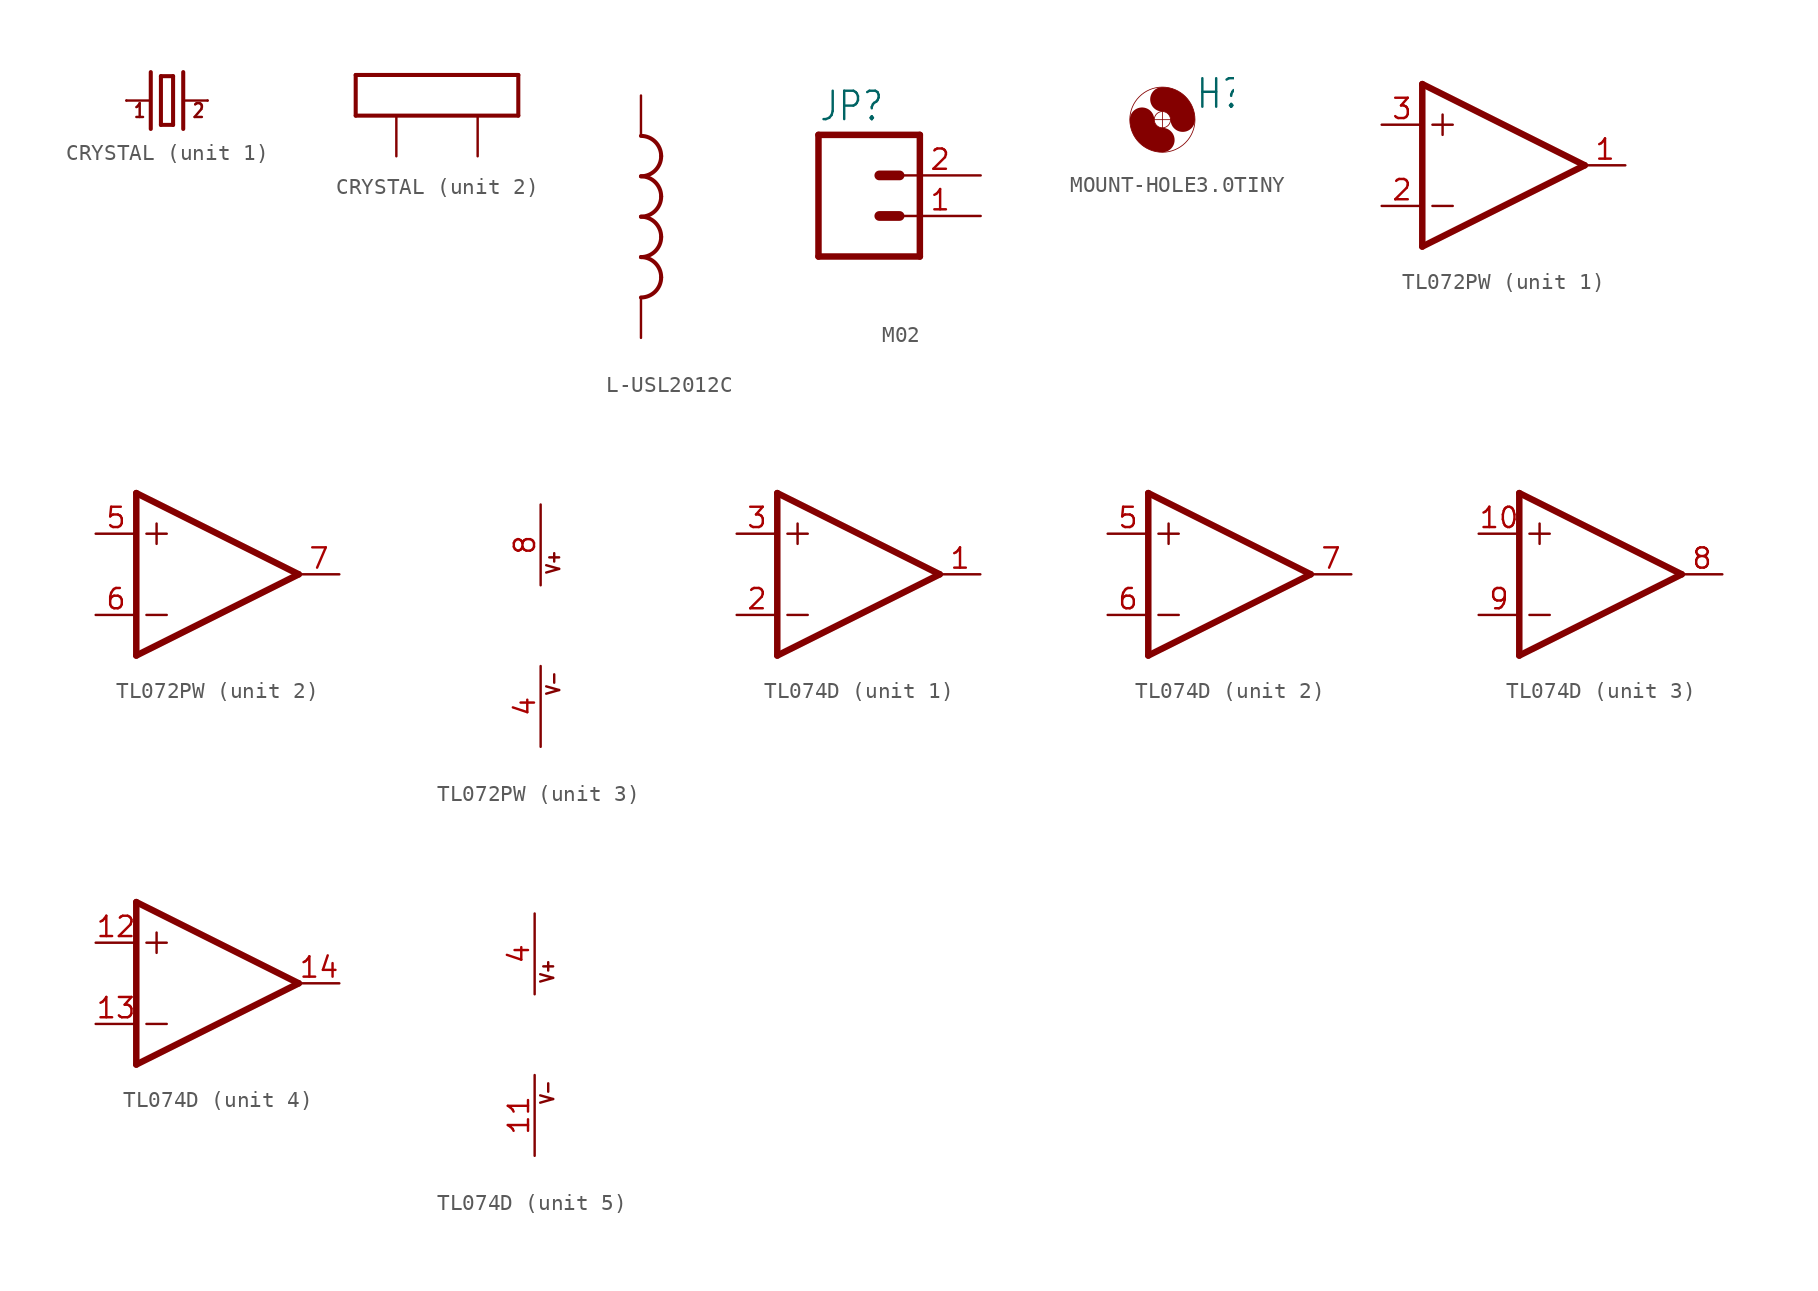
<source format=kicad_sym>
(kicad_symbol_lib
  (version 20220914)
  (generator kicad_symbol_editor)
  (symbol "CRYSTAL"
    (property "Reference" "Q"
      (at 2.54 1.016 0)
      (effects (font (size 1.778 1.511)) (justify left bottom) hide))
    (property "ki_locked" ""
      (at 0 0 0)
      (effects (font (size 1.27 1.27))))
    (symbol "CRYSTAL_1_0"
      (polyline (pts (xy -2.54 0) (xy -1.016 0)) (stroke (width 0.152) (type solid)) (fill (type none)))
      (polyline (pts (xy -1.016 1.778) (xy -1.016 -1.778)) (stroke (width 0.254) (type solid)) (fill (type none)))
      (polyline (pts (xy -0.381 -1.524) (xy 0.381 -1.524)) (stroke (width 0.254) (type solid)) (fill (type none)))
      (polyline (pts (xy -0.381 1.524) (xy -0.381 -1.524)) (stroke (width 0.254) (type solid)) (fill (type none)))
      (polyline (pts (xy 0.381 -1.524) (xy 0.381 1.524)) (stroke (width 0.254) (type solid)) (fill (type none)))
      (polyline (pts (xy 0.381 1.524) (xy -0.381 1.524)) (stroke (width 0.254) (type solid)) (fill (type none)))
      (polyline (pts (xy 1.016 0) (xy 2.54 0)) (stroke (width 0.152) (type solid)) (fill (type none)))
      (polyline (pts (xy 1.016 1.778) (xy 1.016 -1.778)) (stroke (width 0.254) (type solid)) (fill (type none)))
      (text "1" (at -2.159 -1.143 0) (effects (font (size 0.864 0.734)) (justify left bottom)))
      (text "2" (at 1.524 -1.143 0) (effects (font (size 0.864 0.734)) (justify left bottom)))
      (pin passive line (at -2.54 0 0) (length 0) (name "1" (effects (font (size 0 0)))) (number "1" (effects (font (size 0 0)))))
      (pin passive line (at 2.54 0 180) (length 0) (name "2" (effects (font (size 0 0)))) (number "3" (effects (font (size 0 0))))))
    (symbol "CRYSTAL_2_0"
      (polyline (pts (xy -2.54 0) (xy 7.62 0)) (stroke (width 0.254) (type solid)) (fill (type none)))
      (polyline (pts (xy -2.54 2.54) (xy -2.54 0)) (stroke (width 0.254) (type solid)) (fill (type none)))
      (polyline (pts (xy 7.62 0) (xy 7.62 2.54)) (stroke (width 0.254) (type solid)) (fill (type none)))
      (polyline (pts (xy 7.62 2.54) (xy -2.54 2.54)) (stroke (width 0.254) (type solid)) (fill (type none)))
      (pin power_in line (at 0 -2.54 90) (length 2.54) (name "LID1" (effects (font (size 0 0)))) (number "2" (effects (font (size 0 0)))))
      (pin power_in line (at 5.08 -2.54 90) (length 2.54) (name "LID2" (effects (font (size 0 0)))) (number "4" (effects (font (size 0 0)))))))
  (symbol "L-USL2012C"
    (property "Reference" ""
      (at -1.27 -5.08 90)
      (effects (font (size 1.778 1.511)) (justify left bottom) hide))
    (property "Value" ""
      (at 3.81 -5.08 90)
      (effects (font (size 1.778 1.511)) (justify left bottom)))
    (property "ki_locked" ""
      (at 0 0 0)
      (effects (font (size 1.27 1.27))))
    (symbol "L-USL2012C_1_0"
      (arc (start 0 -5.08) (mid 0.898 -4.708) (end 1.27 -3.81) (stroke (width 0.254) (type solid)) (fill (type none)))
      (arc (start 0 -2.54) (mid 0.898 -2.168) (end 1.27 -1.27) (stroke (width 0.254) (type solid)) (fill (type none)))
      (arc (start 0 0) (mid 0.898 0.372) (end 1.27 1.27) (stroke (width 0.254) (type solid)) (fill (type none)))
      (arc (start 0 2.54) (mid 0.898 2.912) (end 1.27 3.81) (stroke (width 0.254) (type solid)) (fill (type none)))
      (arc (start 1.27 -3.81) (mid 0.898 -2.912) (end 0 -2.54) (stroke (width 0.254) (type solid)) (fill (type none)))
      (arc (start 1.27 -1.27) (mid 0.898 -0.372) (end 0 0) (stroke (width 0.254) (type solid)) (fill (type none)))
      (arc (start 1.27 1.27) (mid 0.898 2.168) (end 0 2.54) (stroke (width 0.254) (type solid)) (fill (type none)))
      (arc (start 1.27 3.81) (mid 0.898 4.708) (end 0 5.08) (stroke (width 0.254) (type solid)) (fill (type none)))
      (pin passive line (at 0 7.62 270) (length 2.54) (name "1" (effects (font (size 0 0)))) (number "1" (effects (font (size 0 0)))))
      (pin passive line (at 0 -7.62 90) (length 2.54) (name "2" (effects (font (size 0 0)))) (number "2" (effects (font (size 0 0)))))))
  (symbol "M02"
    (property "Reference" "JP"
      (at -2.54 5.842 0)
      (effects (font (size 1.778 1.511)) (justify left bottom)))
    (property "Value" ""
      (at -2.54 -5.08 0)
      (effects (font (size 1.778 1.511)) (justify left bottom)))
    (property "ki_locked" ""
      (at 0 0 0)
      (effects (font (size 1.27 1.27))))
    (symbol "M02_1_0"
      (polyline (pts (xy -2.54 5.08) (xy -2.54 -2.54)) (stroke (width 0.406) (type solid)) (fill (type none)))
      (polyline (pts (xy -2.54 5.08) (xy 3.81 5.08)) (stroke (width 0.406) (type solid)) (fill (type none)))
      (polyline (pts (xy 1.27 0) (xy 2.54 0)) (stroke (width 0.61) (type solid)) (fill (type none)))
      (polyline (pts (xy 1.27 2.54) (xy 2.54 2.54)) (stroke (width 0.61) (type solid)) (fill (type none)))
      (polyline (pts (xy 3.81 -2.54) (xy -2.54 -2.54)) (stroke (width 0.406) (type solid)) (fill (type none)))
      (polyline (pts (xy 3.81 -2.54) (xy 3.81 5.08)) (stroke (width 0.406) (type solid)) (fill (type none)))
      (pin passive line (at 7.62 0 180) (length 5.08) (name "1" (effects (font (size 0 0)))) (number "1" (effects (font (size 1.27 1.27)))))
      (pin passive line (at 7.62 2.54 180) (length 5.08) (name "2" (effects (font (size 0 0)))) (number "2" (effects (font (size 1.27 1.27)))))))
  (symbol "MOUNT-HOLE3.0TINY"
    (property "Reference" "H"
      (at 2.032 0.584 0)
      (effects (font (size 1.778 1.511)) (justify left bottom)))
    (property "Value" ""
      (at 2.032 -2.464 0)
      (effects (font (size 1.778 1.511)) (justify left bottom)))
    (property "ki_locked" ""
      (at 0 0 0)
      (effects (font (size 1.27 1.27))))
    (symbol "MOUNT-HOLE3.0TINY_1_0"
      (arc (start -1.27 0) (mid -0.898 -0.898) (end 0 -1.27) (stroke (width 1.524) (type solid)) (fill (type none)))
      (polyline (pts (xy -0.508 0) (xy 0.508 0)) (stroke (width 0.051) (type solid)) (fill (type none)))
      (polyline (pts (xy 0 0.508) (xy 0 -0.508)) (stroke (width 0.051) (type solid)) (fill (type none)))
      (circle (center 0 0) (radius 0.508) (stroke (width 0.051) (type solid)) (fill (type none)))
      (circle (center 0 0) (radius 2.032) (stroke (width 0.051) (type solid)) (fill (type none)))
      (arc (start 1.27 0) (mid 0.898 0.898) (end 0 1.27) (stroke (width 1.524) (type solid)) (fill (type none)))))
  (symbol "TL072PW"
    (property "Reference" "IC"
      (at 2.54 3.175 0)
      (effects (font (size 1.778 1.511)) (justify left bottom) hide))
    (property "ki_locked" ""
      (at 0 0 0)
      (effects (font (size 1.27 1.27))))
    (symbol "TL072PW_1_0"
      (polyline (pts (xy -5.08 -5.08) (xy 5.08 0)) (stroke (width 0.406) (type solid)) (fill (type none)))
      (polyline (pts (xy -5.08 5.08) (xy -5.08 -5.08)) (stroke (width 0.406) (type solid)) (fill (type none)))
      (polyline (pts (xy -4.445 -2.54) (xy -3.175 -2.54)) (stroke (width 0.152) (type solid)) (fill (type none)))
      (polyline (pts (xy -4.445 2.54) (xy -3.175 2.54)) (stroke (width 0.152) (type solid)) (fill (type none)))
      (polyline (pts (xy -3.81 3.175) (xy -3.81 1.905)) (stroke (width 0.152) (type solid)) (fill (type none)))
      (polyline (pts (xy 5.08 0) (xy -5.08 5.08)) (stroke (width 0.406) (type solid)) (fill (type none)))
      (pin output line (at 7.62 0 180) (length 2.54) (name "OUT" (effects (font (size 0 0)))) (number "1" (effects (font (size 1.27 1.27)))))
      (pin input line (at -7.62 -2.54 0) (length 2.54) (name "-IN" (effects (font (size 0 0)))) (number "2" (effects (font (size 1.27 1.27)))))
      (pin input line (at -7.62 2.54 0) (length 2.54) (name "+IN" (effects (font (size 0 0)))) (number "3" (effects (font (size 1.27 1.27))))))
    (symbol "TL072PW_2_0"
      (polyline (pts (xy -5.08 -5.08) (xy 5.08 0)) (stroke (width 0.406) (type solid)) (fill (type none)))
      (polyline (pts (xy -5.08 5.08) (xy -5.08 -5.08)) (stroke (width 0.406) (type solid)) (fill (type none)))
      (polyline (pts (xy -4.445 -2.54) (xy -3.175 -2.54)) (stroke (width 0.152) (type solid)) (fill (type none)))
      (polyline (pts (xy -4.445 2.54) (xy -3.175 2.54)) (stroke (width 0.152) (type solid)) (fill (type none)))
      (polyline (pts (xy -3.81 3.175) (xy -3.81 1.905)) (stroke (width 0.152) (type solid)) (fill (type none)))
      (polyline (pts (xy 5.08 0) (xy -5.08 5.08)) (stroke (width 0.406) (type solid)) (fill (type none)))
      (pin input line (at -7.62 2.54 0) (length 2.54) (name "+IN" (effects (font (size 0 0)))) (number "5" (effects (font (size 1.27 1.27)))))
      (pin input line (at -7.62 -2.54 0) (length 2.54) (name "-IN" (effects (font (size 0 0)))) (number "6" (effects (font (size 1.27 1.27)))))
      (pin output line (at 7.62 0 180) (length 2.54) (name "OUT" (effects (font (size 0 0)))) (number "7" (effects (font (size 1.27 1.27))))))
    (symbol "TL072PW_3_0"
      (text "V+" (at 1.27 3.175 900) (effects (font (size 0.813 0.691)) (justify left bottom)))
      (text "V-" (at 1.27 -4.445 900) (effects (font (size 0.813 0.691)) (justify left bottom)))
      (pin power_in line (at 0 -7.62 90) (length 5.08) (name "V-" (effects (font (size 0 0)))) (number "4" (effects (font (size 1.27 1.27)))))
      (pin power_in line (at 0 7.62 270) (length 5.08) (name "V+" (effects (font (size 0 0)))) (number "8" (effects (font (size 1.27 1.27)))))))
  (symbol "TL074D"
    (property "Reference" "IC"
      (at 2.54 3.175 0)
      (effects (font (size 1.778 1.511)) (justify left bottom) hide))
    (property "ki_locked" ""
      (at 0 0 0)
      (effects (font (size 1.27 1.27))))
    (symbol "TL074D_1_0"
      (polyline (pts (xy -5.08 -5.08) (xy 5.08 0)) (stroke (width 0.406) (type solid)) (fill (type none)))
      (polyline (pts (xy -5.08 5.08) (xy -5.08 -5.08)) (stroke (width 0.406) (type solid)) (fill (type none)))
      (polyline (pts (xy -4.445 -2.54) (xy -3.175 -2.54)) (stroke (width 0.152) (type solid)) (fill (type none)))
      (polyline (pts (xy -4.445 2.54) (xy -3.175 2.54)) (stroke (width 0.152) (type solid)) (fill (type none)))
      (polyline (pts (xy -3.81 3.175) (xy -3.81 1.905)) (stroke (width 0.152) (type solid)) (fill (type none)))
      (polyline (pts (xy 5.08 0) (xy -5.08 5.08)) (stroke (width 0.406) (type solid)) (fill (type none)))
      (pin output line (at 7.62 0 180) (length 2.54) (name "OUT" (effects (font (size 0 0)))) (number "1" (effects (font (size 1.27 1.27)))))
      (pin input line (at -7.62 -2.54 0) (length 2.54) (name "-IN" (effects (font (size 0 0)))) (number "2" (effects (font (size 1.27 1.27)))))
      (pin input line (at -7.62 2.54 0) (length 2.54) (name "+IN" (effects (font (size 0 0)))) (number "3" (effects (font (size 1.27 1.27))))))
    (symbol "TL074D_2_0"
      (polyline (pts (xy -5.08 -5.08) (xy 5.08 0)) (stroke (width 0.406) (type solid)) (fill (type none)))
      (polyline (pts (xy -5.08 5.08) (xy -5.08 -5.08)) (stroke (width 0.406) (type solid)) (fill (type none)))
      (polyline (pts (xy -4.445 -2.54) (xy -3.175 -2.54)) (stroke (width 0.152) (type solid)) (fill (type none)))
      (polyline (pts (xy -4.445 2.54) (xy -3.175 2.54)) (stroke (width 0.152) (type solid)) (fill (type none)))
      (polyline (pts (xy -3.81 3.175) (xy -3.81 1.905)) (stroke (width 0.152) (type solid)) (fill (type none)))
      (polyline (pts (xy 5.08 0) (xy -5.08 5.08)) (stroke (width 0.406) (type solid)) (fill (type none)))
      (pin input line (at -7.62 2.54 0) (length 2.54) (name "+IN" (effects (font (size 0 0)))) (number "5" (effects (font (size 1.27 1.27)))))
      (pin input line (at -7.62 -2.54 0) (length 2.54) (name "-IN" (effects (font (size 0 0)))) (number "6" (effects (font (size 1.27 1.27)))))
      (pin output line (at 7.62 0 180) (length 2.54) (name "OUT" (effects (font (size 0 0)))) (number "7" (effects (font (size 1.27 1.27))))))
    (symbol "TL074D_3_0"
      (polyline (pts (xy -5.08 -5.08) (xy 5.08 0)) (stroke (width 0.406) (type solid)) (fill (type none)))
      (polyline (pts (xy -5.08 5.08) (xy -5.08 -5.08)) (stroke (width 0.406) (type solid)) (fill (type none)))
      (polyline (pts (xy -4.445 -2.54) (xy -3.175 -2.54)) (stroke (width 0.152) (type solid)) (fill (type none)))
      (polyline (pts (xy -4.445 2.54) (xy -3.175 2.54)) (stroke (width 0.152) (type solid)) (fill (type none)))
      (polyline (pts (xy -3.81 3.175) (xy -3.81 1.905)) (stroke (width 0.152) (type solid)) (fill (type none)))
      (polyline (pts (xy 5.08 0) (xy -5.08 5.08)) (stroke (width 0.406) (type solid)) (fill (type none)))
      (pin input line (at -7.62 2.54 0) (length 2.54) (name "+IN" (effects (font (size 0 0)))) (number "10" (effects (font (size 1.27 1.27)))))
      (pin output line (at 7.62 0 180) (length 2.54) (name "OUT" (effects (font (size 0 0)))) (number "8" (effects (font (size 1.27 1.27)))))
      (pin input line (at -7.62 -2.54 0) (length 2.54) (name "-IN" (effects (font (size 0 0)))) (number "9" (effects (font (size 1.27 1.27))))))
    (symbol "TL074D_4_0"
      (polyline (pts (xy -5.08 -5.08) (xy 5.08 0)) (stroke (width 0.406) (type solid)) (fill (type none)))
      (polyline (pts (xy -5.08 5.08) (xy -5.08 -5.08)) (stroke (width 0.406) (type solid)) (fill (type none)))
      (polyline (pts (xy -4.445 -2.54) (xy -3.175 -2.54)) (stroke (width 0.152) (type solid)) (fill (type none)))
      (polyline (pts (xy -4.445 2.54) (xy -3.175 2.54)) (stroke (width 0.152) (type solid)) (fill (type none)))
      (polyline (pts (xy -3.81 3.175) (xy -3.81 1.905)) (stroke (width 0.152) (type solid)) (fill (type none)))
      (polyline (pts (xy 5.08 0) (xy -5.08 5.08)) (stroke (width 0.406) (type solid)) (fill (type none)))
      (pin input line (at -7.62 2.54 0) (length 2.54) (name "+IN" (effects (font (size 0 0)))) (number "12" (effects (font (size 1.27 1.27)))))
      (pin input line (at -7.62 -2.54 0) (length 2.54) (name "-IN" (effects (font (size 0 0)))) (number "13" (effects (font (size 1.27 1.27)))))
      (pin output line (at 7.62 0 180) (length 2.54) (name "OUT" (effects (font (size 0 0)))) (number "14" (effects (font (size 1.27 1.27))))))
    (symbol "TL074D_5_0"
      (text "V+" (at 1.27 3.175 900) (effects (font (size 0.813 0.691)) (justify left bottom)))
      (text "V-" (at 1.27 -4.445 900) (effects (font (size 0.813 0.691)) (justify left bottom)))
      (pin power_in line (at 0 -7.62 90) (length 5.08) (name "V-" (effects (font (size 0 0)))) (number "11" (effects (font (size 1.27 1.27)))))
      (pin power_in line (at 0 7.62 270) (length 5.08) (name "V+" (effects (font (size 0 0)))) (number "4" (effects (font (size 1.27 1.27))))))))
</source>
